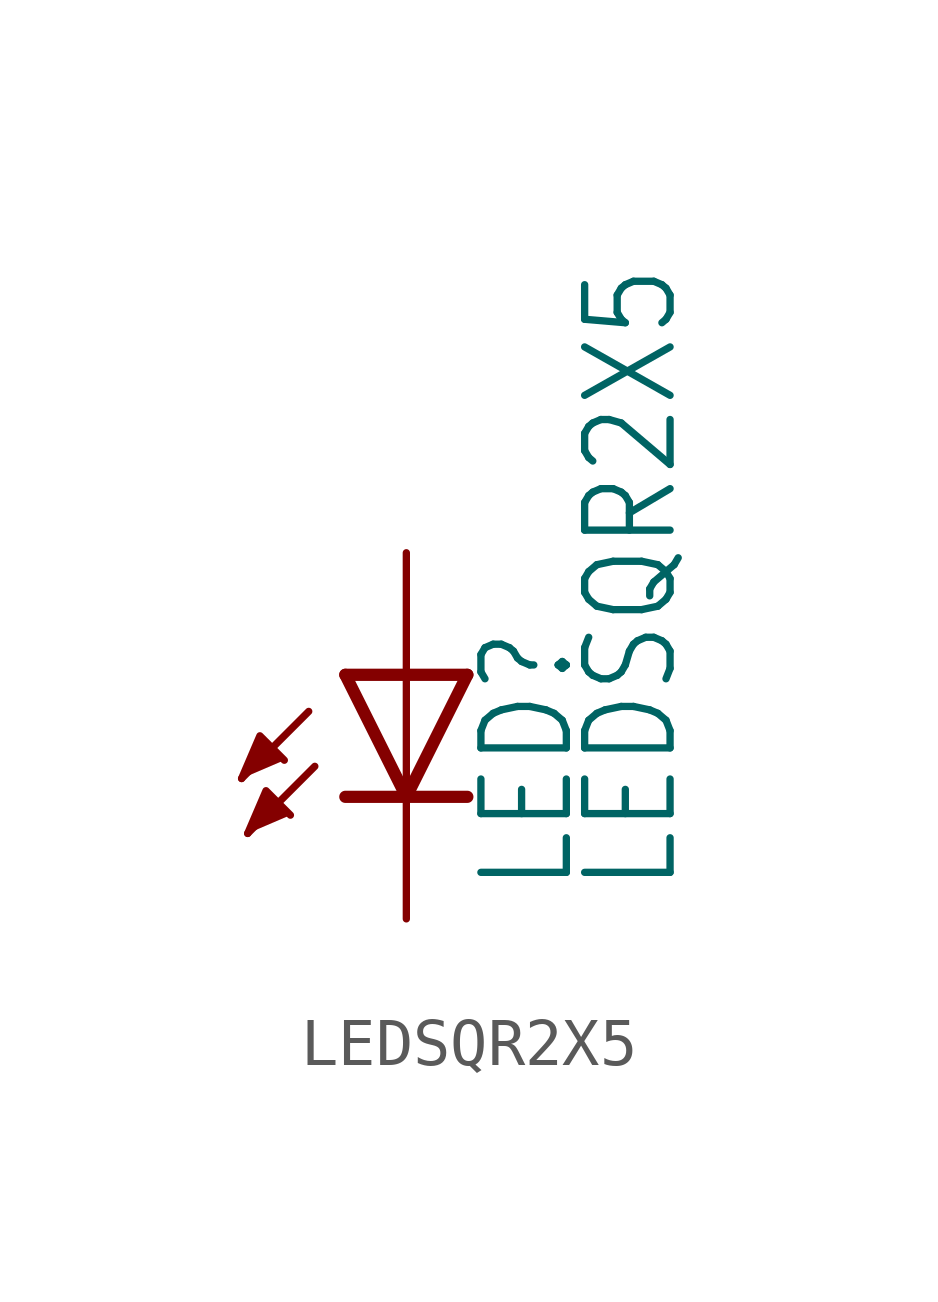
<source format=kicad_sym>
(kicad_symbol_lib
  (version 20211014)
  (generator kicad_symbol_editor)
  (symbol "LEDSQR2X5"
    (property "Reference" "LED"
      (at 3.556 -4.572 90)
      (effects (font (size 1.778 1.511)) (justify left bottom)))
    (property "Value" "LEDSQR2X5"
      (at 5.715 -4.572 90)
      (effects (font (size 1.778 1.511)) (justify left bottom)))
    (property "ki_locked" ""
      (at 0 0 0)
      (effects (font (size 1.27 1.27))))
    (symbol "LEDSQR2X5_1_0"
      (polyline (pts (xy -2.032 -0.762) (xy -3.429 -2.159)) (stroke (width 0.152) (type default) (color 0 0 0 0)) (fill (type none)))
      (polyline (pts (xy -1.905 -1.905) (xy -3.302 -3.302)) (stroke (width 0.152) (type default) (color 0 0 0 0)) (fill (type none)))
      (polyline (pts (xy 0 -2.54) (xy -1.27 -2.54)) (stroke (width 0.254) (type default) (color 0 0 0 0)) (fill (type none)))
      (polyline (pts (xy 0 -2.54) (xy -1.27 0)) (stroke (width 0.254) (type default) (color 0 0 0 0)) (fill (type none)))
      (polyline (pts (xy 0 0) (xy -1.27 0)) (stroke (width 0.254) (type default) (color 0 0 0 0)) (fill (type none)))
      (polyline (pts (xy 0 0) (xy 0 -2.54)) (stroke (width 0.152) (type default) (color 0 0 0 0)) (fill (type none)))
      (polyline (pts (xy 1.27 -2.54) (xy 0 -2.54)) (stroke (width 0.254) (type default) (color 0 0 0 0)) (fill (type none)))
      (polyline (pts (xy 1.27 0) (xy 0 -2.54)) (stroke (width 0.254) (type default) (color 0 0 0 0)) (fill (type none)))
      (polyline (pts (xy 1.27 0) (xy 0 0)) (stroke (width 0.254) (type default) (color 0 0 0 0)) (fill (type none)))
      (polyline (pts (xy -3.429 -2.159) (xy -3.048 -1.27) (xy -2.54 -1.778)) (stroke (width 0) (type default) (color 0 0 0 0)) (fill (type outline)))
      (polyline (pts (xy -3.302 -3.302) (xy -2.921 -2.413) (xy -2.413 -2.921)) (stroke (width 0) (type default) (color 0 0 0 0)) (fill (type outline)))
      (pin passive line (at 0 2.54 270) (length 2.54) (name "A" (effects (font (size 0 0)))) (number "A" (effects (font (size 0 0)))))
      (pin passive line (at 0 -5.08 90) (length 2.54) (name "C" (effects (font (size 0 0)))) (number "K" (effects (font (size 0 0))))))))
</source>
